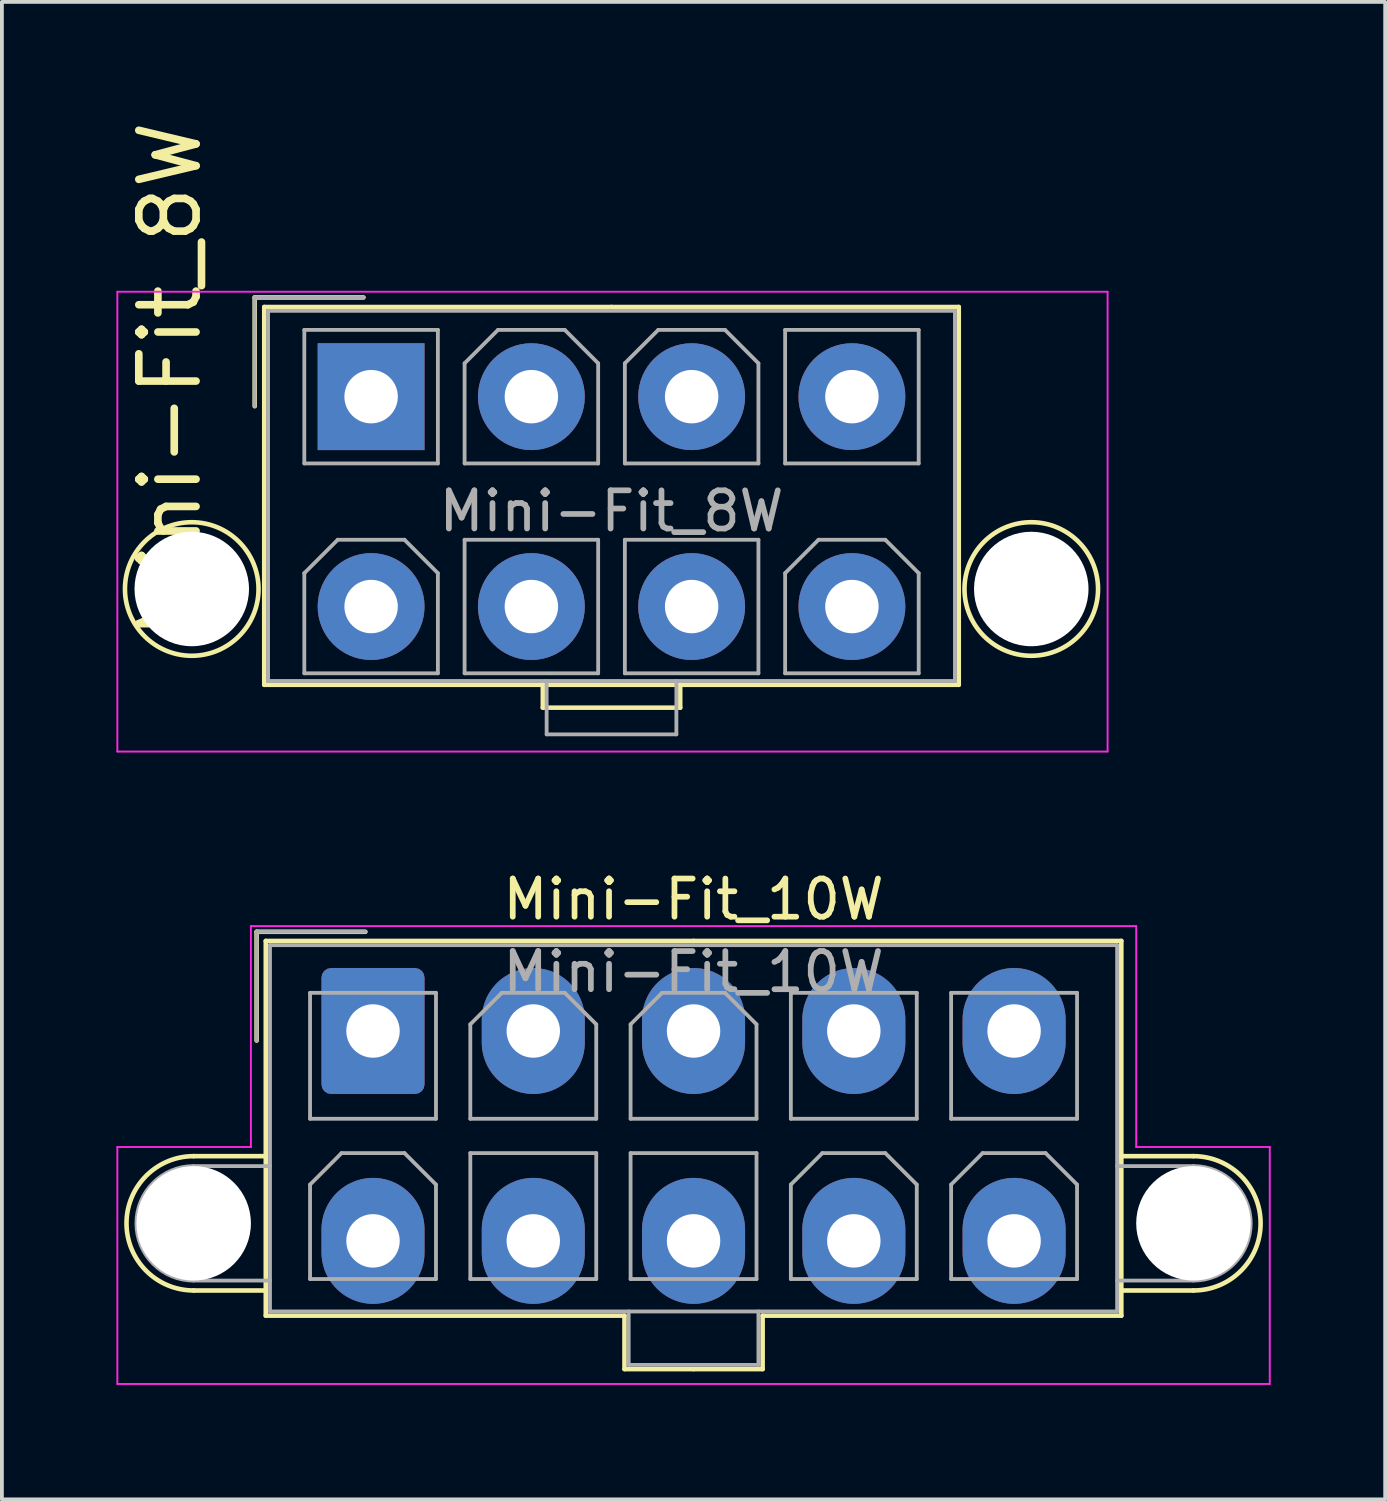
<source format=kicad_pcb>
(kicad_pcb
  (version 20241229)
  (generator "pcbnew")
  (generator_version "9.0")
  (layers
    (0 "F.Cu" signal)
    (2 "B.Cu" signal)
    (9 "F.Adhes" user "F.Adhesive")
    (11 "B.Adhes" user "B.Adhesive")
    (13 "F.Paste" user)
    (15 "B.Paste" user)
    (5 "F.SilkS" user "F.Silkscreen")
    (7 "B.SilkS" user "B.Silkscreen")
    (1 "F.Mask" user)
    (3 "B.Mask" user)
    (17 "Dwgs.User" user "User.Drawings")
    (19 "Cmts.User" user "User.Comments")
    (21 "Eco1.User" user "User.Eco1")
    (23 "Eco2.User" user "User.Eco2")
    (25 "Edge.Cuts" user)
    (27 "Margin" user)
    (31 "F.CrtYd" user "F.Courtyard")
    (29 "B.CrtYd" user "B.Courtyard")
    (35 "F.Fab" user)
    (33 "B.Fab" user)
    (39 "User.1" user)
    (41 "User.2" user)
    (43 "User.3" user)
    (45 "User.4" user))
  (footprint "Mini-Fit_8W"
    (layer "F.Cu")
    (at 6.675 7.345)
    (property "Reference" "Mini-Fit_8W" (at -5.271 -0.445 90) (layer "F.SilkS") (effects (font (size 1.5 1.5) (thickness 0.2))))
    (attr through_hole)
    (fp_line (start -3.05 -2.6) (end -3.05 0.25) (stroke (width 0.12) (type solid)) (layer "F.SilkS"))
    (fp_line (start -2.8 -2.35) (end -2.8 7.55) (stroke (width 0.12) (type solid)) (layer "F.SilkS"))
    (fp_line (start -2.8 7.55) (end 4.5 7.55) (stroke (width 0.12) (type solid)) (layer "F.SilkS"))
    (fp_line (start -0.2 -2.6) (end -3.05 -2.6) (stroke (width 0.12) (type solid)) (layer "F.SilkS"))
    (fp_line (start 4.5 7.55) (end 4.5 8.15) (stroke (width 0.12) (type solid)) (layer "F.SilkS"))
    (fp_line (start 4.5 8.15) (end 8.1 8.15) (stroke (width 0.12) (type solid)) (layer "F.SilkS"))
    (fp_line (start 6.3 -2.35) (end -2.8 -2.35) (stroke (width 0.12) (type solid)) (layer "F.SilkS"))
    (fp_line (start 6.3 -2.35) (end 15.4 -2.35) (stroke (width 0.12) (type solid)) (layer "F.SilkS"))
    (fp_line (start 8.1 7.55) (end 8.1 8.15) (stroke (width 0.12) (type solid)) (layer "F.SilkS"))
    (fp_line (start 15.4 -2.35) (end 15.4 7.55) (stroke (width 0.12) (type solid)) (layer "F.SilkS"))
    (fp_line (start 15.4 7.55) (end 4.45 7.55) (stroke (width 0.12) (type solid)) (layer "F.SilkS"))
    (fp_circle (center -4.7 5.04) (end -2.95 5.04) (stroke (width 0.12) (type solid)) (fill no) (layer "F.SilkS"))
    (fp_circle (center 17.3 5.04) (end 19.05 5.04) (stroke (width 0.12) (type solid)) (fill no) (layer "F.SilkS"))
    (fp_line (start -6.65 -2.75) (end -6.65 9.3) (stroke (width 0.05) (type solid)) (layer "F.CrtYd"))
    (fp_line (start -6.65 9.3) (end 19.3 9.3) (stroke (width 0.05) (type solid)) (layer "F.CrtYd"))
    (fp_line (start 19.3 -2.75) (end -6.65 -2.75) (stroke (width 0.05) (type solid)) (layer "F.CrtYd"))
    (fp_line (start 19.3 9.3) (end 19.3 -2.75) (stroke (width 0.05) (type solid)) (layer "F.CrtYd"))
    (fp_line (start -3.05 -2.6) (end -3.05 0.25) (stroke (width 0.1) (type solid)) (layer "F.Fab"))
    (fp_line (start -2.7 -2.25) (end -2.7 7.45) (stroke (width 0.1) (type solid)) (layer "F.Fab"))
    (fp_line (start -2.7 7.45) (end 15.3 7.45) (stroke (width 0.1) (type solid)) (layer "F.Fab"))
    (fp_line (start -1.75 -1.75) (end -1.75 1.75) (stroke (width 0.1) (type solid)) (layer "F.Fab"))
    (fp_line (start -1.75 1.75) (end 1.75 1.75) (stroke (width 0.1) (type solid)) (layer "F.Fab"))
    (fp_line (start -1.75 4.625) (end -0.875 3.75) (stroke (width 0.1) (type solid)) (layer "F.Fab"))
    (fp_line (start -1.75 7.25) (end -1.75 4.625) (stroke (width 0.1) (type solid)) (layer "F.Fab"))
    (fp_line (start -0.875 3.75) (end 0.875 3.75) (stroke (width 0.1) (type solid)) (layer "F.Fab"))
    (fp_line (start -0.2 -2.6) (end -3.05 -2.6) (stroke (width 0.1) (type solid)) (layer "F.Fab"))
    (fp_line (start 0.875 3.75) (end 1.75 4.625) (stroke (width 0.1) (type solid)) (layer "F.Fab"))
    (fp_line (start 1.75 -1.75) (end -1.75 -1.75) (stroke (width 0.1) (type solid)) (layer "F.Fab"))
    (fp_line (start 1.75 1.75) (end 1.75 -1.75) (stroke (width 0.1) (type solid)) (layer "F.Fab"))
    (fp_line (start 1.75 4.625) (end 1.75 7.25) (stroke (width 0.1) (type solid)) (layer "F.Fab"))
    (fp_line (start 1.75 7.25) (end -1.75 7.25) (stroke (width 0.1) (type solid)) (layer "F.Fab"))
    (fp_line (start 2.45 -0.875) (end 3.325 -1.75) (stroke (width 0.1) (type solid)) (layer "F.Fab"))
    (fp_line (start 2.45 1.75) (end 2.45 -0.875) (stroke (width 0.1) (type solid)) (layer "F.Fab"))
    (fp_line (start 2.45 3.75) (end 2.45 7.25) (stroke (width 0.1) (type solid)) (layer "F.Fab"))
    (fp_line (start 2.45 7.25) (end 5.95 7.25) (stroke (width 0.1) (type solid)) (layer "F.Fab"))
    (fp_line (start 3.325 -1.75) (end 5.075 -1.75) (stroke (width 0.1) (type solid)) (layer "F.Fab"))
    (fp_line (start 4.6 7.45) (end 4.6 8.85) (stroke (width 0.1) (type solid)) (layer "F.Fab"))
    (fp_line (start 4.6 8.85) (end 8 8.85) (stroke (width 0.1) (type solid)) (layer "F.Fab"))
    (fp_line (start 5.075 -1.75) (end 5.95 -0.875) (stroke (width 0.1) (type solid)) (layer "F.Fab"))
    (fp_line (start 5.95 -0.875) (end 5.95 1.75) (stroke (width 0.1) (type solid)) (layer "F.Fab"))
    (fp_line (start 5.95 1.75) (end 2.45 1.75) (stroke (width 0.1) (type solid)) (layer "F.Fab"))
    (fp_line (start 5.95 3.75) (end 2.45 3.75) (stroke (width 0.1) (type solid)) (layer "F.Fab"))
    (fp_line (start 5.95 7.25) (end 5.95 3.75) (stroke (width 0.1) (type solid)) (layer "F.Fab"))
    (fp_line (start 6.65 -0.875) (end 7.525 -1.75) (stroke (width 0.1) (type solid)) (layer "F.Fab"))
    (fp_line (start 6.65 1.75) (end 6.65 -0.875) (stroke (width 0.1) (type solid)) (layer "F.Fab"))
    (fp_line (start 6.65 3.75) (end 6.65 7.25) (stroke (width 0.1) (type solid)) (layer "F.Fab"))
    (fp_line (start 6.65 7.25) (end 10.15 7.25) (stroke (width 0.1) (type solid)) (layer "F.Fab"))
    (fp_line (start 7.525 -1.75) (end 9.275 -1.75) (stroke (width 0.1) (type solid)) (layer "F.Fab"))
    (fp_line (start 8 8.85) (end 8 7.45) (stroke (width 0.1) (type solid)) (layer "F.Fab"))
    (fp_line (start 9.275 -1.75) (end 10.15 -0.875) (stroke (width 0.1) (type solid)) (layer "F.Fab"))
    (fp_line (start 10.15 -0.875) (end 10.15 1.75) (stroke (width 0.1) (type solid)) (layer "F.Fab"))
    (fp_line (start 10.15 1.75) (end 6.65 1.75) (stroke (width 0.1) (type solid)) (layer "F.Fab"))
    (fp_line (start 10.15 3.75) (end 6.65 3.75) (stroke (width 0.1) (type solid)) (layer "F.Fab"))
    (fp_line (start 10.15 7.25) (end 10.15 3.75) (stroke (width 0.1) (type solid)) (layer "F.Fab"))
    (fp_line (start 10.85 -1.75) (end 10.85 1.75) (stroke (width 0.1) (type solid)) (layer "F.Fab"))
    (fp_line (start 10.85 1.75) (end 14.35 1.75) (stroke (width 0.1) (type solid)) (layer "F.Fab"))
    (fp_line (start 10.85 4.625) (end 11.725 3.75) (stroke (width 0.1) (type solid)) (layer "F.Fab"))
    (fp_line (start 10.85 7.25) (end 10.85 4.625) (stroke (width 0.1) (type solid)) (layer "F.Fab"))
    (fp_line (start 11.725 3.75) (end 13.475 3.75) (stroke (width 0.1) (type solid)) (layer "F.Fab"))
    (fp_line (start 13.475 3.75) (end 14.35 4.625) (stroke (width 0.1) (type solid)) (layer "F.Fab"))
    (fp_line (start 14.35 -1.75) (end 10.85 -1.75) (stroke (width 0.1) (type solid)) (layer "F.Fab"))
    (fp_line (start 14.35 1.75) (end 14.35 -1.75) (stroke (width 0.1) (type solid)) (layer "F.Fab"))
    (fp_line (start 14.35 4.625) (end 14.35 7.25) (stroke (width 0.1) (type solid)) (layer "F.Fab"))
    (fp_line (start 14.35 7.25) (end 10.85 7.25) (stroke (width 0.1) (type solid)) (layer "F.Fab"))
    (fp_line (start 15.3 -2.25) (end -2.7 -2.25) (stroke (width 0.1) (type solid)) (layer "F.Fab"))
    (fp_line (start 15.3 7.45) (end 15.3 -2.25) (stroke (width 0.1) (type solid)) (layer "F.Fab"))
    (fp_text user "${REFERENCE}" (at 6.3 3 0) (layer "F.Fab") (effects (font (size 1 1) (thickness 0.15))))
    (pad "" np_thru_hole circle (at -4.7 5.04) (size 3 3) (drill 3) (layers "*.Cu" "*.Mask"))
    (pad "" np_thru_hole circle (at 17.3 5.04) (size 3 3) (drill 3) (layers "*.Cu" "*.Mask"))
    (pad "1" thru_hole rect (at 0 0) (size 2.8 2.8) (drill 1.4) (layers "*.Cu" "*.Mask"))
    (pad "2" thru_hole circle (at 4.2 0) (size 2.8 2.8) (drill 1.4) (layers "*.Cu" "*.Mask"))
    (pad "3" thru_hole circle (at 8.4 0) (size 2.8 2.8) (drill 1.4) (layers "*.Cu" "*.Mask"))
    (pad "4" thru_hole circle (at 12.6 0) (size 2.8 2.8) (drill 1.4) (layers "*.Cu" "*.Mask"))
    (pad "5" thru_hole circle (at 0 5.5) (size 2.8 2.8) (drill 1.4) (layers "*.Cu" "*.Mask"))
    (pad "6" thru_hole circle (at 4.2 5.5) (size 2.8 2.8) (drill 1.4) (layers "*.Cu" "*.Mask"))
    (pad "7" thru_hole circle (at 8.4 5.5) (size 2.8 2.8) (drill 1.4) (layers "*.Cu" "*.Mask"))
    (pad "8" thru_hole circle (at 12.6 5.5) (size 2.8 2.8) (drill 1.4) (layers "*.Cu" "*.Mask")))
  (footprint "Mini-Fit_10W"
    (layer "F.Cu")
    (at 6.725 23.968)
    (property "Reference" "Mini-Fit_10W" (at 8.4 -3.45 0) (layer "F.SilkS") (effects (font (size 1 1) (thickness 0.15))))
    (attr through_hole)
    (fp_line (start -4.7 3.28) (end -2.81 3.28) (stroke (width 0.12) (type solid)) (layer "F.SilkS"))
    (fp_line (start -4.7 6.8) (end -2.81 6.8) (stroke (width 0.12) (type solid)) (layer "F.SilkS"))
    (fp_line (start -3.05 -2.6) (end -3.05 0.25) (stroke (width 0.12) (type solid)) (layer "F.SilkS"))
    (fp_line (start -2.81 -2.36) (end -2.81 7.46) (stroke (width 0.12) (type solid)) (layer "F.SilkS"))
    (fp_line (start -2.81 7.46) (end 6.59 7.46) (stroke (width 0.12) (type solid)) (layer "F.SilkS"))
    (fp_line (start -0.2 -2.6) (end -3.05 -2.6) (stroke (width 0.12) (type solid)) (layer "F.SilkS"))
    (fp_line (start 6.59 7.46) (end 6.59 8.86) (stroke (width 0.12) (type solid)) (layer "F.SilkS"))
    (fp_line (start 6.59 8.86) (end 8.4 8.86) (stroke (width 0.12) (type solid)) (layer "F.SilkS"))
    (fp_line (start 8.4 -2.36) (end -2.81 -2.36) (stroke (width 0.12) (type solid)) (layer "F.SilkS"))
    (fp_line (start 8.4 -2.36) (end 19.61 -2.36) (stroke (width 0.12) (type solid)) (layer "F.SilkS"))
    (fp_line (start 10.21 7.46) (end 10.21 8.86) (stroke (width 0.12) (type solid)) (layer "F.SilkS"))
    (fp_line (start 10.21 8.86) (end 8.4 8.86) (stroke (width 0.12) (type solid)) (layer "F.SilkS"))
    (fp_line (start 19.61 -2.36) (end 19.61 7.46) (stroke (width 0.12) (type solid)) (layer "F.SilkS"))
    (fp_line (start 19.61 7.46) (end 10.21 7.46) (stroke (width 0.12) (type solid)) (layer "F.SilkS"))
    (fp_line (start 21.5 3.28) (end 19.61 3.28) (stroke (width 0.12) (type solid)) (layer "F.SilkS"))
    (fp_line (start 21.5 6.8) (end 19.61 6.8) (stroke (width 0.12) (type solid)) (layer "F.SilkS"))
    (fp_arc (start -4.7 6.8) (mid -6.46 5.04) (end -4.7 3.28) (stroke (width 0.12) (type solid)) (layer "F.SilkS"))
    (fp_arc (start 21.5 3.28) (mid 23.26 5.04) (end 21.5 6.8) (stroke (width 0.12) (type solid)) (layer "F.SilkS"))
    (fp_line (start -6.7 3.04) (end -6.7 9.25) (stroke (width 0.05) (type solid)) (layer "F.CrtYd"))
    (fp_line (start -6.7 9.25) (end 23.5 9.25) (stroke (width 0.05) (type solid)) (layer "F.CrtYd"))
    (fp_line (start -3.2 -2.75) (end -3.2 3.04) (stroke (width 0.05) (type solid)) (layer "F.CrtYd"))
    (fp_line (start -3.2 3.04) (end -6.7 3.04) (stroke (width 0.05) (type solid)) (layer "F.CrtYd"))
    (fp_line (start 20 -2.75) (end -3.2 -2.75) (stroke (width 0.05) (type solid)) (layer "F.CrtYd"))
    (fp_line (start 20 3.04) (end 20 -2.75) (stroke (width 0.05) (type solid)) (layer "F.CrtYd"))
    (fp_line (start 23.5 3.04) (end 20 3.04) (stroke (width 0.05) (type solid)) (layer "F.CrtYd"))
    (fp_line (start 23.5 9.25) (end 23.5 3.04) (stroke (width 0.05) (type solid)) (layer "F.CrtYd"))
    (fp_line (start -4.7 3.54) (end -2.7 3.54) (stroke (width 0.1) (type solid)) (layer "F.Fab"))
    (fp_line (start -4.7 6.54) (end -2.7 6.54) (stroke (width 0.1) (type solid)) (layer "F.Fab"))
    (fp_line (start -3.05 -2.6) (end -3.05 0.25) (stroke (width 0.1) (type solid)) (layer "F.Fab"))
    (fp_line (start -2.7 -2.25) (end -2.7 7.35) (stroke (width 0.1) (type solid)) (layer "F.Fab"))
    (fp_line (start -2.7 7.35) (end 19.5 7.35) (stroke (width 0.1) (type solid)) (layer "F.Fab"))
    (fp_line (start -1.65 -1) (end -1.65 2.3) (stroke (width 0.1) (type solid)) (layer "F.Fab"))
    (fp_line (start -1.65 2.3) (end 1.65 2.3) (stroke (width 0.1) (type solid)) (layer "F.Fab"))
    (fp_line (start -1.65 4.025) (end -0.825 3.2) (stroke (width 0.1) (type solid)) (layer "F.Fab"))
    (fp_line (start -1.65 6.5) (end -1.65 4.025) (stroke (width 0.1) (type solid)) (layer "F.Fab"))
    (fp_line (start -0.825 3.2) (end 0.825 3.2) (stroke (width 0.1) (type solid)) (layer "F.Fab"))
    (fp_line (start -0.2 -2.6) (end -3.05 -2.6) (stroke (width 0.1) (type solid)) (layer "F.Fab"))
    (fp_line (start 0.825 3.2) (end 1.65 4.025) (stroke (width 0.1) (type solid)) (layer "F.Fab"))
    (fp_line (start 1.65 -1) (end -1.65 -1) (stroke (width 0.1) (type solid)) (layer "F.Fab"))
    (fp_line (start 1.65 2.3) (end 1.65 -1) (stroke (width 0.1) (type solid)) (layer "F.Fab"))
    (fp_line (start 1.65 4.025) (end 1.65 6.5) (stroke (width 0.1) (type solid)) (layer "F.Fab"))
    (fp_line (start 1.65 6.5) (end -1.65 6.5) (stroke (width 0.1) (type solid)) (layer "F.Fab"))
    (fp_line (start 2.55 -0.175) (end 3.375 -1) (stroke (width 0.1) (type solid)) (layer "F.Fab"))
    (fp_line (start 2.55 2.3) (end 2.55 -0.175) (stroke (width 0.1) (type solid)) (layer "F.Fab"))
    (fp_line (start 2.55 3.2) (end 2.55 6.5) (stroke (width 0.1) (type solid)) (layer "F.Fab"))
    (fp_line (start 2.55 6.5) (end 5.85 6.5) (stroke (width 0.1) (type solid)) (layer "F.Fab"))
    (fp_line (start 3.375 -1) (end 5.025 -1) (stroke (width 0.1) (type solid)) (layer "F.Fab"))
    (fp_line (start 5.025 -1) (end 5.85 -0.175) (stroke (width 0.1) (type solid)) (layer "F.Fab"))
    (fp_line (start 5.85 -0.175) (end 5.85 2.3) (stroke (width 0.1) (type solid)) (layer "F.Fab"))
    (fp_line (start 5.85 2.3) (end 2.55 2.3) (stroke (width 0.1) (type solid)) (layer "F.Fab"))
    (fp_line (start 5.85 3.2) (end 2.55 3.2) (stroke (width 0.1) (type solid)) (layer "F.Fab"))
    (fp_line (start 5.85 6.5) (end 5.85 3.2) (stroke (width 0.1) (type solid)) (layer "F.Fab"))
    (fp_line (start 6.7 7.35) (end 6.7 8.75) (stroke (width 0.1) (type solid)) (layer "F.Fab"))
    (fp_line (start 6.7 8.75) (end 10.1 8.75) (stroke (width 0.1) (type solid)) (layer "F.Fab"))
    (fp_line (start 6.75 -0.175) (end 7.575 -1) (stroke (width 0.1) (type solid)) (layer "F.Fab"))
    (fp_line (start 6.75 2.3) (end 6.75 -0.175) (stroke (width 0.1) (type solid)) (layer "F.Fab"))
    (fp_line (start 6.75 3.2) (end 6.75 6.5) (stroke (width 0.1) (type solid)) (layer "F.Fab"))
    (fp_line (start 6.75 6.5) (end 10.05 6.5) (stroke (width 0.1) (type solid)) (layer "F.Fab"))
    (fp_line (start 7.575 -1) (end 9.225 -1) (stroke (width 0.1) (type solid)) (layer "F.Fab"))
    (fp_line (start 9.225 -1) (end 10.05 -0.175) (stroke (width 0.1) (type solid)) (layer "F.Fab"))
    (fp_line (start 10.05 -0.175) (end 10.05 2.3) (stroke (width 0.1) (type solid)) (layer "F.Fab"))
    (fp_line (start 10.05 2.3) (end 6.75 2.3) (stroke (width 0.1) (type solid)) (layer "F.Fab"))
    (fp_line (start 10.05 3.2) (end 6.75 3.2) (stroke (width 0.1) (type solid)) (layer "F.Fab"))
    (fp_line (start 10.05 6.5) (end 10.05 3.2) (stroke (width 0.1) (type solid)) (layer "F.Fab"))
    (fp_line (start 10.1 8.75) (end 10.1 7.35) (stroke (width 0.1) (type solid)) (layer "F.Fab"))
    (fp_line (start 10.95 -1) (end 10.95 2.3) (stroke (width 0.1) (type solid)) (layer "F.Fab"))
    (fp_line (start 10.95 2.3) (end 14.25 2.3) (stroke (width 0.1) (type solid)) (layer "F.Fab"))
    (fp_line (start 10.95 4.025) (end 11.775 3.2) (stroke (width 0.1) (type solid)) (layer "F.Fab"))
    (fp_line (start 10.95 6.5) (end 10.95 4.025) (stroke (width 0.1) (type solid)) (layer "F.Fab"))
    (fp_line (start 11.775 3.2) (end 13.425 3.2) (stroke (width 0.1) (type solid)) (layer "F.Fab"))
    (fp_line (start 13.425 3.2) (end 14.25 4.025) (stroke (width 0.1) (type solid)) (layer "F.Fab"))
    (fp_line (start 14.25 -1) (end 10.95 -1) (stroke (width 0.1) (type solid)) (layer "F.Fab"))
    (fp_line (start 14.25 2.3) (end 14.25 -1) (stroke (width 0.1) (type solid)) (layer "F.Fab"))
    (fp_line (start 14.25 4.025) (end 14.25 6.5) (stroke (width 0.1) (type solid)) (layer "F.Fab"))
    (fp_line (start 14.25 6.5) (end 10.95 6.5) (stroke (width 0.1) (type solid)) (layer "F.Fab"))
    (fp_line (start 15.15 -1) (end 15.15 2.3) (stroke (width 0.1) (type solid)) (layer "F.Fab"))
    (fp_line (start 15.15 2.3) (end 18.45 2.3) (stroke (width 0.1) (type solid)) (layer "F.Fab"))
    (fp_line (start 15.15 4.025) (end 15.975 3.2) (stroke (width 0.1) (type solid)) (layer "F.Fab"))
    (fp_line (start 15.15 6.5) (end 15.15 4.025) (stroke (width 0.1) (type solid)) (layer "F.Fab"))
    (fp_line (start 15.975 3.2) (end 17.625 3.2) (stroke (width 0.1) (type solid)) (layer "F.Fab"))
    (fp_line (start 17.625 3.2) (end 18.45 4.025) (stroke (width 0.1) (type solid)) (layer "F.Fab"))
    (fp_line (start 18.45 -1) (end 15.15 -1) (stroke (width 0.1) (type solid)) (layer "F.Fab"))
    (fp_line (start 18.45 2.3) (end 18.45 -1) (stroke (width 0.1) (type solid)) (layer "F.Fab"))
    (fp_line (start 18.45 4.025) (end 18.45 6.5) (stroke (width 0.1) (type solid)) (layer "F.Fab"))
    (fp_line (start 18.45 6.5) (end 15.15 6.5) (stroke (width 0.1) (type solid)) (layer "F.Fab"))
    (fp_line (start 19.5 -2.25) (end -2.7 -2.25) (stroke (width 0.1) (type solid)) (layer "F.Fab"))
    (fp_line (start 19.5 7.35) (end 19.5 -2.25) (stroke (width 0.1) (type solid)) (layer "F.Fab"))
    (fp_line (start 21.5 3.54) (end 19.5 3.54) (stroke (width 0.1) (type solid)) (layer "F.Fab"))
    (fp_line (start 21.5 6.54) (end 19.5 6.54) (stroke (width 0.1) (type solid)) (layer "F.Fab"))
    (fp_arc (start -4.7 6.54) (mid -6.2 5.04) (end -4.7 3.54) (stroke (width 0.1) (type solid)) (layer "F.Fab"))
    (fp_arc (start 21.5 3.54) (mid 23 5.04) (end 21.5 6.54) (stroke (width 0.1) (type solid)) (layer "F.Fab"))
    (fp_text user "${REFERENCE}" (at 8.4 -1.55 0) (layer "F.Fab") (effects (font (size 1 1) (thickness 0.15))))
    (pad "" np_thru_hole circle (at -4.7 5.04) (size 3 3) (drill 3) (layers "*.Cu" "*.Mask"))
    (pad "" np_thru_hole circle (at 21.5 5.04) (size 3 3) (drill 3) (layers "*.Cu" "*.Mask"))
    (pad "1" thru_hole roundrect (at 0 0) (size 2.7 3.3) (drill 1.4) (layers "*.Cu" "*.Mask") (roundrect_rratio 0.093))
    (pad "2" thru_hole oval (at 4.2 0) (size 2.7 3.3) (drill 1.4) (layers "*.Cu" "*.Mask"))
    (pad "3" thru_hole oval (at 8.4 0) (size 2.7 3.3) (drill 1.4) (layers "*.Cu" "*.Mask"))
    (pad "4" thru_hole oval (at 12.6 0) (size 2.7 3.3) (drill 1.4) (layers "*.Cu" "*.Mask"))
    (pad "5" thru_hole oval (at 16.8 0) (size 2.7 3.3) (drill 1.4) (layers "*.Cu" "*.Mask"))
    (pad "6" thru_hole oval (at 0 5.5) (size 2.7 3.3) (drill 1.4) (layers "*.Cu" "*.Mask"))
    (pad "7" thru_hole oval (at 4.2 5.5) (size 2.7 3.3) (drill 1.4) (layers "*.Cu" "*.Mask"))
    (pad "8" thru_hole oval (at 8.4 5.5) (size 2.7 3.3) (drill 1.4) (layers "*.Cu" "*.Mask"))
    (pad "9" thru_hole oval (at 12.6 5.5) (size 2.7 3.3) (drill 1.4) (layers "*.Cu" "*.Mask"))
    (pad "10" thru_hole oval (at 16.8 5.5) (size 2.7 3.3) (drill 1.4) (layers "*.Cu" "*.Mask")))
  (gr_rect
    (start -3 -3)
    (end 33.25 36.243)
    (stroke (width 0.1) (type default))
    (fill no)
    (layer "Edge.Cuts")))
</source>
